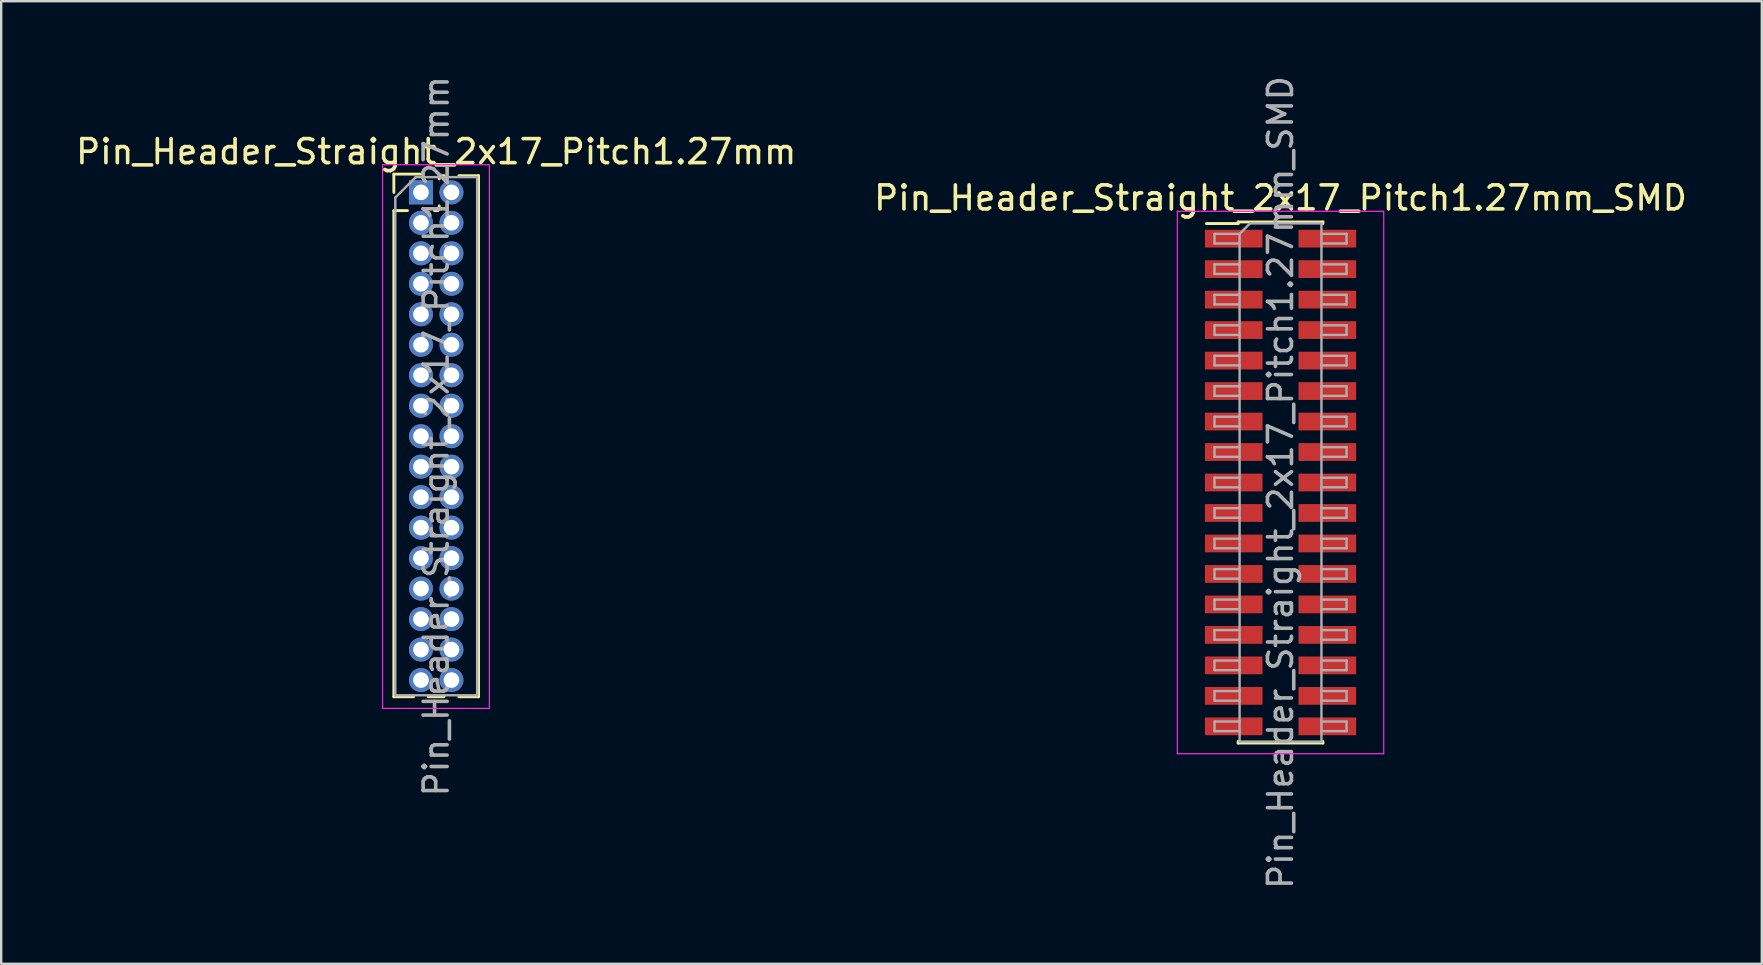
<source format=kicad_pcb>
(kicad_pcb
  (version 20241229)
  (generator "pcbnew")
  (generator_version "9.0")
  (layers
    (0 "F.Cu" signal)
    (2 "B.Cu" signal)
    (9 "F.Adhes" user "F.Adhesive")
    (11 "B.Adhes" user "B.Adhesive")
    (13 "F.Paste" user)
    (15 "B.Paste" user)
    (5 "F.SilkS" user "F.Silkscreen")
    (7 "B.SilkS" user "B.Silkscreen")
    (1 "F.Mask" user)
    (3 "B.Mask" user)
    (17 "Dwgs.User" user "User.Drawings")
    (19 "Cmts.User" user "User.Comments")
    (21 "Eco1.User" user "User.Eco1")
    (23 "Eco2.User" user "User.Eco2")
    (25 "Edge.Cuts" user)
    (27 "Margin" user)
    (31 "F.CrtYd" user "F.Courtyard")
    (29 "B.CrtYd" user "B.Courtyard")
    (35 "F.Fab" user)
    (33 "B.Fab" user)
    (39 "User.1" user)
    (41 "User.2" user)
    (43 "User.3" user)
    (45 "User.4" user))
  (footprint "Pin_Header_Straight_2x17_Pitch1.27mm"
    (layer "F.Cu")
    (at 14.49 4.965)
    (property "Reference" "Pin_Header_Straight_2x17_Pitch1.27mm" (at 0.635 -1.695 0) (layer "F.SilkS") (effects (font (size 1 1) (thickness 0.15))))
    (attr through_hole)
    (fp_line (start -1.13 -0.76) (end 0 -0.76) (stroke (width 0.12) (type solid)) (layer "F.SilkS"))
    (fp_line (start -1.13 0) (end -1.13 -0.76) (stroke (width 0.12) (type solid)) (layer "F.SilkS"))
    (fp_line (start -1.13 0.76) (end -1.13 21.015) (stroke (width 0.12) (type solid)) (layer "F.SilkS"))
    (fp_line (start -1.13 0.76) (end -0.563 0.76) (stroke (width 0.12) (type solid)) (layer "F.SilkS"))
    (fp_line (start -1.13 21.015) (end -0.308 21.015) (stroke (width 0.12) (type solid)) (layer "F.SilkS"))
    (fp_line (start 0.308 21.015) (end 0.962 21.015) (stroke (width 0.12) (type solid)) (layer "F.SilkS"))
    (fp_line (start 0.563 0.76) (end 0.707 0.76) (stroke (width 0.12) (type solid)) (layer "F.SilkS"))
    (fp_line (start 0.76 -0.695) (end 0.962 -0.695) (stroke (width 0.12) (type solid)) (layer "F.SilkS"))
    (fp_line (start 0.76 -0.563) (end 0.76 -0.695) (stroke (width 0.12) (type solid)) (layer "F.SilkS"))
    (fp_line (start 0.76 0.707) (end 0.76 0.563) (stroke (width 0.12) (type solid)) (layer "F.SilkS"))
    (fp_line (start 1.578 -0.695) (end 2.4 -0.695) (stroke (width 0.12) (type solid)) (layer "F.SilkS"))
    (fp_line (start 1.578 21.015) (end 2.4 21.015) (stroke (width 0.12) (type solid)) (layer "F.SilkS"))
    (fp_line (start 2.4 -0.695) (end 2.4 21.015) (stroke (width 0.12) (type solid)) (layer "F.SilkS"))
    (fp_line (start -1.6 -1.15) (end -1.6 21.5) (stroke (width 0.05) (type solid)) (layer "F.CrtYd"))
    (fp_line (start -1.6 21.5) (end 2.85 21.5) (stroke (width 0.05) (type solid)) (layer "F.CrtYd"))
    (fp_line (start 2.85 -1.15) (end -1.6 -1.15) (stroke (width 0.05) (type solid)) (layer "F.CrtYd"))
    (fp_line (start 2.85 21.5) (end 2.85 -1.15) (stroke (width 0.05) (type solid)) (layer "F.CrtYd"))
    (fp_line (start -1.07 0.217) (end -0.217 -0.635) (stroke (width 0.1) (type solid)) (layer "F.Fab"))
    (fp_line (start -1.07 20.955) (end -1.07 0.217) (stroke (width 0.1) (type solid)) (layer "F.Fab"))
    (fp_line (start -0.217 -0.635) (end 2.34 -0.635) (stroke (width 0.1) (type solid)) (layer "F.Fab"))
    (fp_line (start 2.34 -0.635) (end 2.34 20.955) (stroke (width 0.1) (type solid)) (layer "F.Fab"))
    (fp_line (start 2.34 20.955) (end -1.07 20.955) (stroke (width 0.1) (type solid)) (layer "F.Fab"))
    (fp_text user "${REFERENCE}" (at 0.635 10.16 90) (layer "F.Fab") (effects (font (size 1 1) (thickness 0.15))))
    (pad "1" thru_hole rect (at 0 0) (size 1 1) (drill 0.65) (layers "*.Cu" "*.Mask"))
    (pad "2" thru_hole oval (at 1.27 0) (size 1 1) (drill 0.65) (layers "*.Cu" "*.Mask"))
    (pad "3" thru_hole oval (at 0 1.27) (size 1 1) (drill 0.65) (layers "*.Cu" "*.Mask"))
    (pad "4" thru_hole oval (at 1.27 1.27) (size 1 1) (drill 0.65) (layers "*.Cu" "*.Mask"))
    (pad "5" thru_hole oval (at 0 2.54) (size 1 1) (drill 0.65) (layers "*.Cu" "*.Mask"))
    (pad "6" thru_hole oval (at 1.27 2.54) (size 1 1) (drill 0.65) (layers "*.Cu" "*.Mask"))
    (pad "7" thru_hole oval (at 0 3.81) (size 1 1) (drill 0.65) (layers "*.Cu" "*.Mask"))
    (pad "8" thru_hole oval (at 1.27 3.81) (size 1 1) (drill 0.65) (layers "*.Cu" "*.Mask"))
    (pad "9" thru_hole oval (at 0 5.08) (size 1 1) (drill 0.65) (layers "*.Cu" "*.Mask"))
    (pad "10" thru_hole oval (at 1.27 5.08) (size 1 1) (drill 0.65) (layers "*.Cu" "*.Mask"))
    (pad "11" thru_hole oval (at 0 6.35) (size 1 1) (drill 0.65) (layers "*.Cu" "*.Mask"))
    (pad "12" thru_hole oval (at 1.27 6.35) (size 1 1) (drill 0.65) (layers "*.Cu" "*.Mask"))
    (pad "13" thru_hole oval (at 0 7.62) (size 1 1) (drill 0.65) (layers "*.Cu" "*.Mask"))
    (pad "14" thru_hole oval (at 1.27 7.62) (size 1 1) (drill 0.65) (layers "*.Cu" "*.Mask"))
    (pad "15" thru_hole oval (at 0 8.89) (size 1 1) (drill 0.65) (layers "*.Cu" "*.Mask"))
    (pad "16" thru_hole oval (at 1.27 8.89) (size 1 1) (drill 0.65) (layers "*.Cu" "*.Mask"))
    (pad "17" thru_hole oval (at 0 10.16) (size 1 1) (drill 0.65) (layers "*.Cu" "*.Mask"))
    (pad "18" thru_hole oval (at 1.27 10.16) (size 1 1) (drill 0.65) (layers "*.Cu" "*.Mask"))
    (pad "19" thru_hole oval (at 0 11.43) (size 1 1) (drill 0.65) (layers "*.Cu" "*.Mask"))
    (pad "20" thru_hole oval (at 1.27 11.43) (size 1 1) (drill 0.65) (layers "*.Cu" "*.Mask"))
    (pad "21" thru_hole oval (at 0 12.7) (size 1 1) (drill 0.65) (layers "*.Cu" "*.Mask"))
    (pad "22" thru_hole oval (at 1.27 12.7) (size 1 1) (drill 0.65) (layers "*.Cu" "*.Mask"))
    (pad "23" thru_hole oval (at 0 13.97) (size 1 1) (drill 0.65) (layers "*.Cu" "*.Mask"))
    (pad "24" thru_hole oval (at 1.27 13.97) (size 1 1) (drill 0.65) (layers "*.Cu" "*.Mask"))
    (pad "25" thru_hole oval (at 0 15.24) (size 1 1) (drill 0.65) (layers "*.Cu" "*.Mask"))
    (pad "26" thru_hole oval (at 1.27 15.24) (size 1 1) (drill 0.65) (layers "*.Cu" "*.Mask"))
    (pad "27" thru_hole oval (at 0 16.51) (size 1 1) (drill 0.65) (layers "*.Cu" "*.Mask"))
    (pad "28" thru_hole oval (at 1.27 16.51) (size 1 1) (drill 0.65) (layers "*.Cu" "*.Mask"))
    (pad "29" thru_hole oval (at 0 17.78) (size 1 1) (drill 0.65) (layers "*.Cu" "*.Mask"))
    (pad "30" thru_hole oval (at 1.27 17.78) (size 1 1) (drill 0.65) (layers "*.Cu" "*.Mask"))
    (pad "31" thru_hole oval (at 0 19.05) (size 1 1) (drill 0.65) (layers "*.Cu" "*.Mask"))
    (pad "32" thru_hole oval (at 1.27 19.05) (size 1 1) (drill 0.65) (layers "*.Cu" "*.Mask"))
    (pad "33" thru_hole oval (at 0 20.32) (size 1 1) (drill 0.65) (layers "*.Cu" "*.Mask"))
    (pad "34" thru_hole oval (at 1.27 20.32) (size 1 1) (drill 0.65) (layers "*.Cu" "*.Mask")))
  (footprint "Pin_Header_Straight_2x17_Pitch1.27mm_SMD"
    (layer "F.Cu")
    (at 50.304 17.054)
    (property "Reference" "Pin_Header_Straight_2x17_Pitch1.27mm_SMD" (at 0 -11.855 0) (layer "F.SilkS") (effects (font (size 1 1) (thickness 0.15))))
    (attr smd)
    (fp_line (start -3.09 -10.79) (end -1.765 -10.79) (stroke (width 0.12) (type solid)) (layer "F.SilkS"))
    (fp_line (start -1.765 -10.855) (end -1.765 -10.79) (stroke (width 0.12) (type solid)) (layer "F.SilkS"))
    (fp_line (start -1.765 -10.855) (end 1.765 -10.855) (stroke (width 0.12) (type solid)) (layer "F.SilkS"))
    (fp_line (start -1.765 10.79) (end -1.765 10.855) (stroke (width 0.12) (type solid)) (layer "F.SilkS"))
    (fp_line (start -1.765 10.855) (end 1.765 10.855) (stroke (width 0.12) (type solid)) (layer "F.SilkS"))
    (fp_line (start 1.765 -10.855) (end 1.765 -10.79) (stroke (width 0.12) (type solid)) (layer "F.SilkS"))
    (fp_line (start 1.765 10.79) (end 1.765 10.855) (stroke (width 0.12) (type solid)) (layer "F.SilkS"))
    (fp_line (start -4.3 -11.3) (end -4.3 11.3) (stroke (width 0.05) (type solid)) (layer "F.CrtYd"))
    (fp_line (start -4.3 11.3) (end 4.3 11.3) (stroke (width 0.05) (type solid)) (layer "F.CrtYd"))
    (fp_line (start 4.3 -11.3) (end -4.3 -11.3) (stroke (width 0.05) (type solid)) (layer "F.CrtYd"))
    (fp_line (start 4.3 11.3) (end 4.3 -11.3) (stroke (width 0.05) (type solid)) (layer "F.CrtYd"))
    (fp_line (start -2.75 -10.36) (end -2.75 -9.96) (stroke (width 0.1) (type solid)) (layer "F.Fab"))
    (fp_line (start -2.75 -9.96) (end -1.705 -9.96) (stroke (width 0.1) (type solid)) (layer "F.Fab"))
    (fp_line (start -2.75 -9.09) (end -2.75 -8.69) (stroke (width 0.1) (type solid)) (layer "F.Fab"))
    (fp_line (start -2.75 -8.69) (end -1.705 -8.69) (stroke (width 0.1) (type solid)) (layer "F.Fab"))
    (fp_line (start -2.75 -7.82) (end -2.75 -7.42) (stroke (width 0.1) (type solid)) (layer "F.Fab"))
    (fp_line (start -2.75 -7.42) (end -1.705 -7.42) (stroke (width 0.1) (type solid)) (layer "F.Fab"))
    (fp_line (start -2.75 -6.55) (end -2.75 -6.15) (stroke (width 0.1) (type solid)) (layer "F.Fab"))
    (fp_line (start -2.75 -6.15) (end -1.705 -6.15) (stroke (width 0.1) (type solid)) (layer "F.Fab"))
    (fp_line (start -2.75 -5.28) (end -2.75 -4.88) (stroke (width 0.1) (type solid)) (layer "F.Fab"))
    (fp_line (start -2.75 -4.88) (end -1.705 -4.88) (stroke (width 0.1) (type solid)) (layer "F.Fab"))
    (fp_line (start -2.75 -4.01) (end -2.75 -3.61) (stroke (width 0.1) (type solid)) (layer "F.Fab"))
    (fp_line (start -2.75 -3.61) (end -1.705 -3.61) (stroke (width 0.1) (type solid)) (layer "F.Fab"))
    (fp_line (start -2.75 -2.74) (end -2.75 -2.34) (stroke (width 0.1) (type solid)) (layer "F.Fab"))
    (fp_line (start -2.75 -2.34) (end -1.705 -2.34) (stroke (width 0.1) (type solid)) (layer "F.Fab"))
    (fp_line (start -2.75 -1.47) (end -2.75 -1.07) (stroke (width 0.1) (type solid)) (layer "F.Fab"))
    (fp_line (start -2.75 -1.07) (end -1.705 -1.07) (stroke (width 0.1) (type solid)) (layer "F.Fab"))
    (fp_line (start -2.75 -0.2) (end -2.75 0.2) (stroke (width 0.1) (type solid)) (layer "F.Fab"))
    (fp_line (start -2.75 0.2) (end -1.705 0.2) (stroke (width 0.1) (type solid)) (layer "F.Fab"))
    (fp_line (start -2.75 1.07) (end -2.75 1.47) (stroke (width 0.1) (type solid)) (layer "F.Fab"))
    (fp_line (start -2.75 1.47) (end -1.705 1.47) (stroke (width 0.1) (type solid)) (layer "F.Fab"))
    (fp_line (start -2.75 2.34) (end -2.75 2.74) (stroke (width 0.1) (type solid)) (layer "F.Fab"))
    (fp_line (start -2.75 2.74) (end -1.705 2.74) (stroke (width 0.1) (type solid)) (layer "F.Fab"))
    (fp_line (start -2.75 3.61) (end -2.75 4.01) (stroke (width 0.1) (type solid)) (layer "F.Fab"))
    (fp_line (start -2.75 4.01) (end -1.705 4.01) (stroke (width 0.1) (type solid)) (layer "F.Fab"))
    (fp_line (start -2.75 4.88) (end -2.75 5.28) (stroke (width 0.1) (type solid)) (layer "F.Fab"))
    (fp_line (start -2.75 5.28) (end -1.705 5.28) (stroke (width 0.1) (type solid)) (layer "F.Fab"))
    (fp_line (start -2.75 6.15) (end -2.75 6.55) (stroke (width 0.1) (type solid)) (layer "F.Fab"))
    (fp_line (start -2.75 6.55) (end -1.705 6.55) (stroke (width 0.1) (type solid)) (layer "F.Fab"))
    (fp_line (start -2.75 7.42) (end -2.75 7.82) (stroke (width 0.1) (type solid)) (layer "F.Fab"))
    (fp_line (start -2.75 7.82) (end -1.705 7.82) (stroke (width 0.1) (type solid)) (layer "F.Fab"))
    (fp_line (start -2.75 8.69) (end -2.75 9.09) (stroke (width 0.1) (type solid)) (layer "F.Fab"))
    (fp_line (start -2.75 9.09) (end -1.705 9.09) (stroke (width 0.1) (type solid)) (layer "F.Fab"))
    (fp_line (start -2.75 9.96) (end -2.75 10.36) (stroke (width 0.1) (type solid)) (layer "F.Fab"))
    (fp_line (start -2.75 10.36) (end -1.705 10.36) (stroke (width 0.1) (type solid)) (layer "F.Fab"))
    (fp_line (start -1.705 -10.36) (end -2.75 -10.36) (stroke (width 0.1) (type solid)) (layer "F.Fab"))
    (fp_line (start -1.705 -10.36) (end -1.27 -10.795) (stroke (width 0.1) (type solid)) (layer "F.Fab"))
    (fp_line (start -1.705 -9.09) (end -2.75 -9.09) (stroke (width 0.1) (type solid)) (layer "F.Fab"))
    (fp_line (start -1.705 -7.82) (end -2.75 -7.82) (stroke (width 0.1) (type solid)) (layer "F.Fab"))
    (fp_line (start -1.705 -6.55) (end -2.75 -6.55) (stroke (width 0.1) (type solid)) (layer "F.Fab"))
    (fp_line (start -1.705 -5.28) (end -2.75 -5.28) (stroke (width 0.1) (type solid)) (layer "F.Fab"))
    (fp_line (start -1.705 -4.01) (end -2.75 -4.01) (stroke (width 0.1) (type solid)) (layer "F.Fab"))
    (fp_line (start -1.705 -2.74) (end -2.75 -2.74) (stroke (width 0.1) (type solid)) (layer "F.Fab"))
    (fp_line (start -1.705 -1.47) (end -2.75 -1.47) (stroke (width 0.1) (type solid)) (layer "F.Fab"))
    (fp_line (start -1.705 -0.2) (end -2.75 -0.2) (stroke (width 0.1) (type solid)) (layer "F.Fab"))
    (fp_line (start -1.705 1.07) (end -2.75 1.07) (stroke (width 0.1) (type solid)) (layer "F.Fab"))
    (fp_line (start -1.705 2.34) (end -2.75 2.34) (stroke (width 0.1) (type solid)) (layer "F.Fab"))
    (fp_line (start -1.705 3.61) (end -2.75 3.61) (stroke (width 0.1) (type solid)) (layer "F.Fab"))
    (fp_line (start -1.705 4.88) (end -2.75 4.88) (stroke (width 0.1) (type solid)) (layer "F.Fab"))
    (fp_line (start -1.705 6.15) (end -2.75 6.15) (stroke (width 0.1) (type solid)) (layer "F.Fab"))
    (fp_line (start -1.705 7.42) (end -2.75 7.42) (stroke (width 0.1) (type solid)) (layer "F.Fab"))
    (fp_line (start -1.705 8.69) (end -2.75 8.69) (stroke (width 0.1) (type solid)) (layer "F.Fab"))
    (fp_line (start -1.705 9.96) (end -2.75 9.96) (stroke (width 0.1) (type solid)) (layer "F.Fab"))
    (fp_line (start -1.705 10.795) (end -1.705 -10.36) (stroke (width 0.1) (type solid)) (layer "F.Fab"))
    (fp_line (start -1.27 -10.795) (end 1.705 -10.795) (stroke (width 0.1) (type solid)) (layer "F.Fab"))
    (fp_line (start 1.705 -10.795) (end 1.705 10.795) (stroke (width 0.1) (type solid)) (layer "F.Fab"))
    (fp_line (start 1.705 -10.36) (end 2.75 -10.36) (stroke (width 0.1) (type solid)) (layer "F.Fab"))
    (fp_line (start 1.705 -9.09) (end 2.75 -9.09) (stroke (width 0.1) (type solid)) (layer "F.Fab"))
    (fp_line (start 1.705 -7.82) (end 2.75 -7.82) (stroke (width 0.1) (type solid)) (layer "F.Fab"))
    (fp_line (start 1.705 -6.55) (end 2.75 -6.55) (stroke (width 0.1) (type solid)) (layer "F.Fab"))
    (fp_line (start 1.705 -5.28) (end 2.75 -5.28) (stroke (width 0.1) (type solid)) (layer "F.Fab"))
    (fp_line (start 1.705 -4.01) (end 2.75 -4.01) (stroke (width 0.1) (type solid)) (layer "F.Fab"))
    (fp_line (start 1.705 -2.74) (end 2.75 -2.74) (stroke (width 0.1) (type solid)) (layer "F.Fab"))
    (fp_line (start 1.705 -1.47) (end 2.75 -1.47) (stroke (width 0.1) (type solid)) (layer "F.Fab"))
    (fp_line (start 1.705 -0.2) (end 2.75 -0.2) (stroke (width 0.1) (type solid)) (layer "F.Fab"))
    (fp_line (start 1.705 1.07) (end 2.75 1.07) (stroke (width 0.1) (type solid)) (layer "F.Fab"))
    (fp_line (start 1.705 2.34) (end 2.75 2.34) (stroke (width 0.1) (type solid)) (layer "F.Fab"))
    (fp_line (start 1.705 3.61) (end 2.75 3.61) (stroke (width 0.1) (type solid)) (layer "F.Fab"))
    (fp_line (start 1.705 4.88) (end 2.75 4.88) (stroke (width 0.1) (type solid)) (layer "F.Fab"))
    (fp_line (start 1.705 6.15) (end 2.75 6.15) (stroke (width 0.1) (type solid)) (layer "F.Fab"))
    (fp_line (start 1.705 7.42) (end 2.75 7.42) (stroke (width 0.1) (type solid)) (layer "F.Fab"))
    (fp_line (start 1.705 8.69) (end 2.75 8.69) (stroke (width 0.1) (type solid)) (layer "F.Fab"))
    (fp_line (start 1.705 9.96) (end 2.75 9.96) (stroke (width 0.1) (type solid)) (layer "F.Fab"))
    (fp_line (start 1.705 10.795) (end -1.705 10.795) (stroke (width 0.1) (type solid)) (layer "F.Fab"))
    (fp_line (start 2.75 -10.36) (end 2.75 -9.96) (stroke (width 0.1) (type solid)) (layer "F.Fab"))
    (fp_line (start 2.75 -9.96) (end 1.705 -9.96) (stroke (width 0.1) (type solid)) (layer "F.Fab"))
    (fp_line (start 2.75 -9.09) (end 2.75 -8.69) (stroke (width 0.1) (type solid)) (layer "F.Fab"))
    (fp_line (start 2.75 -8.69) (end 1.705 -8.69) (stroke (width 0.1) (type solid)) (layer "F.Fab"))
    (fp_line (start 2.75 -7.82) (end 2.75 -7.42) (stroke (width 0.1) (type solid)) (layer "F.Fab"))
    (fp_line (start 2.75 -7.42) (end 1.705 -7.42) (stroke (width 0.1) (type solid)) (layer "F.Fab"))
    (fp_line (start 2.75 -6.55) (end 2.75 -6.15) (stroke (width 0.1) (type solid)) (layer "F.Fab"))
    (fp_line (start 2.75 -6.15) (end 1.705 -6.15) (stroke (width 0.1) (type solid)) (layer "F.Fab"))
    (fp_line (start 2.75 -5.28) (end 2.75 -4.88) (stroke (width 0.1) (type solid)) (layer "F.Fab"))
    (fp_line (start 2.75 -4.88) (end 1.705 -4.88) (stroke (width 0.1) (type solid)) (layer "F.Fab"))
    (fp_line (start 2.75 -4.01) (end 2.75 -3.61) (stroke (width 0.1) (type solid)) (layer "F.Fab"))
    (fp_line (start 2.75 -3.61) (end 1.705 -3.61) (stroke (width 0.1) (type solid)) (layer "F.Fab"))
    (fp_line (start 2.75 -2.74) (end 2.75 -2.34) (stroke (width 0.1) (type solid)) (layer "F.Fab"))
    (fp_line (start 2.75 -2.34) (end 1.705 -2.34) (stroke (width 0.1) (type solid)) (layer "F.Fab"))
    (fp_line (start 2.75 -1.47) (end 2.75 -1.07) (stroke (width 0.1) (type solid)) (layer "F.Fab"))
    (fp_line (start 2.75 -1.07) (end 1.705 -1.07) (stroke (width 0.1) (type solid)) (layer "F.Fab"))
    (fp_line (start 2.75 -0.2) (end 2.75 0.2) (stroke (width 0.1) (type solid)) (layer "F.Fab"))
    (fp_line (start 2.75 0.2) (end 1.705 0.2) (stroke (width 0.1) (type solid)) (layer "F.Fab"))
    (fp_line (start 2.75 1.07) (end 2.75 1.47) (stroke (width 0.1) (type solid)) (layer "F.Fab"))
    (fp_line (start 2.75 1.47) (end 1.705 1.47) (stroke (width 0.1) (type solid)) (layer "F.Fab"))
    (fp_line (start 2.75 2.34) (end 2.75 2.74) (stroke (width 0.1) (type solid)) (layer "F.Fab"))
    (fp_line (start 2.75 2.74) (end 1.705 2.74) (stroke (width 0.1) (type solid)) (layer "F.Fab"))
    (fp_line (start 2.75 3.61) (end 2.75 4.01) (stroke (width 0.1) (type solid)) (layer "F.Fab"))
    (fp_line (start 2.75 4.01) (end 1.705 4.01) (stroke (width 0.1) (type solid)) (layer "F.Fab"))
    (fp_line (start 2.75 4.88) (end 2.75 5.28) (stroke (width 0.1) (type solid)) (layer "F.Fab"))
    (fp_line (start 2.75 5.28) (end 1.705 5.28) (stroke (width 0.1) (type solid)) (layer "F.Fab"))
    (fp_line (start 2.75 6.15) (end 2.75 6.55) (stroke (width 0.1) (type solid)) (layer "F.Fab"))
    (fp_line (start 2.75 6.55) (end 1.705 6.55) (stroke (width 0.1) (type solid)) (layer "F.Fab"))
    (fp_line (start 2.75 7.42) (end 2.75 7.82) (stroke (width 0.1) (type solid)) (layer "F.Fab"))
    (fp_line (start 2.75 7.82) (end 1.705 7.82) (stroke (width 0.1) (type solid)) (layer "F.Fab"))
    (fp_line (start 2.75 8.69) (end 2.75 9.09) (stroke (width 0.1) (type solid)) (layer "F.Fab"))
    (fp_line (start 2.75 9.09) (end 1.705 9.09) (stroke (width 0.1) (type solid)) (layer "F.Fab"))
    (fp_line (start 2.75 9.96) (end 2.75 10.36) (stroke (width 0.1) (type solid)) (layer "F.Fab"))
    (fp_line (start 2.75 10.36) (end 1.705 10.36) (stroke (width 0.1) (type solid)) (layer "F.Fab"))
    (fp_text user "${REFERENCE}" (at 0 0 90) (layer "F.Fab") (effects (font (size 1 1) (thickness 0.15))))
    (pad "1" smd rect (at -1.95 -10.16) (size 2.4 0.74) (layers "F.Cu" "F.Mask" "F.Paste"))
    (pad "2" smd rect (at 1.95 -10.16) (size 2.4 0.74) (layers "F.Cu" "F.Mask" "F.Paste"))
    (pad "3" smd rect (at -1.95 -8.89) (size 2.4 0.74) (layers "F.Cu" "F.Mask" "F.Paste"))
    (pad "4" smd rect (at 1.95 -8.89) (size 2.4 0.74) (layers "F.Cu" "F.Mask" "F.Paste"))
    (pad "5" smd rect (at -1.95 -7.62) (size 2.4 0.74) (layers "F.Cu" "F.Mask" "F.Paste"))
    (pad "6" smd rect (at 1.95 -7.62) (size 2.4 0.74) (layers "F.Cu" "F.Mask" "F.Paste"))
    (pad "7" smd rect (at -1.95 -6.35) (size 2.4 0.74) (layers "F.Cu" "F.Mask" "F.Paste"))
    (pad "8" smd rect (at 1.95 -6.35) (size 2.4 0.74) (layers "F.Cu" "F.Mask" "F.Paste"))
    (pad "9" smd rect (at -1.95 -5.08) (size 2.4 0.74) (layers "F.Cu" "F.Mask" "F.Paste"))
    (pad "10" smd rect (at 1.95 -5.08) (size 2.4 0.74) (layers "F.Cu" "F.Mask" "F.Paste"))
    (pad "11" smd rect (at -1.95 -3.81) (size 2.4 0.74) (layers "F.Cu" "F.Mask" "F.Paste"))
    (pad "12" smd rect (at 1.95 -3.81) (size 2.4 0.74) (layers "F.Cu" "F.Mask" "F.Paste"))
    (pad "13" smd rect (at -1.95 -2.54) (size 2.4 0.74) (layers "F.Cu" "F.Mask" "F.Paste"))
    (pad "14" smd rect (at 1.95 -2.54) (size 2.4 0.74) (layers "F.Cu" "F.Mask" "F.Paste"))
    (pad "15" smd rect (at -1.95 -1.27) (size 2.4 0.74) (layers "F.Cu" "F.Mask" "F.Paste"))
    (pad "16" smd rect (at 1.95 -1.27) (size 2.4 0.74) (layers "F.Cu" "F.Mask" "F.Paste"))
    (pad "17" smd rect (at -1.95 0) (size 2.4 0.74) (layers "F.Cu" "F.Mask" "F.Paste"))
    (pad "18" smd rect (at 1.95 0) (size 2.4 0.74) (layers "F.Cu" "F.Mask" "F.Paste"))
    (pad "19" smd rect (at -1.95 1.27) (size 2.4 0.74) (layers "F.Cu" "F.Mask" "F.Paste"))
    (pad "20" smd rect (at 1.95 1.27) (size 2.4 0.74) (layers "F.Cu" "F.Mask" "F.Paste"))
    (pad "21" smd rect (at -1.95 2.54) (size 2.4 0.74) (layers "F.Cu" "F.Mask" "F.Paste"))
    (pad "22" smd rect (at 1.95 2.54) (size 2.4 0.74) (layers "F.Cu" "F.Mask" "F.Paste"))
    (pad "23" smd rect (at -1.95 3.81) (size 2.4 0.74) (layers "F.Cu" "F.Mask" "F.Paste"))
    (pad "24" smd rect (at 1.95 3.81) (size 2.4 0.74) (layers "F.Cu" "F.Mask" "F.Paste"))
    (pad "25" smd rect (at -1.95 5.08) (size 2.4 0.74) (layers "F.Cu" "F.Mask" "F.Paste"))
    (pad "26" smd rect (at 1.95 5.08) (size 2.4 0.74) (layers "F.Cu" "F.Mask" "F.Paste"))
    (pad "27" smd rect (at -1.95 6.35) (size 2.4 0.74) (layers "F.Cu" "F.Mask" "F.Paste"))
    (pad "28" smd rect (at 1.95 6.35) (size 2.4 0.74) (layers "F.Cu" "F.Mask" "F.Paste"))
    (pad "29" smd rect (at -1.95 7.62) (size 2.4 0.74) (layers "F.Cu" "F.Mask" "F.Paste"))
    (pad "30" smd rect (at 1.95 7.62) (size 2.4 0.74) (layers "F.Cu" "F.Mask" "F.Paste"))
    (pad "31" smd rect (at -1.95 8.89) (size 2.4 0.74) (layers "F.Cu" "F.Mask" "F.Paste"))
    (pad "32" smd rect (at 1.95 8.89) (size 2.4 0.74) (layers "F.Cu" "F.Mask" "F.Paste"))
    (pad "33" smd rect (at -1.95 10.16) (size 2.4 0.74) (layers "F.Cu" "F.Mask" "F.Paste"))
    (pad "34" smd rect (at 1.95 10.16) (size 2.4 0.74) (layers "F.Cu" "F.Mask" "F.Paste")))
  (gr_rect
    (start -3 -3)
    (end 70.357 37.107)
    (stroke (width 0.1) (type default))
    (fill no)
    (layer "Edge.Cuts")))
</source>
